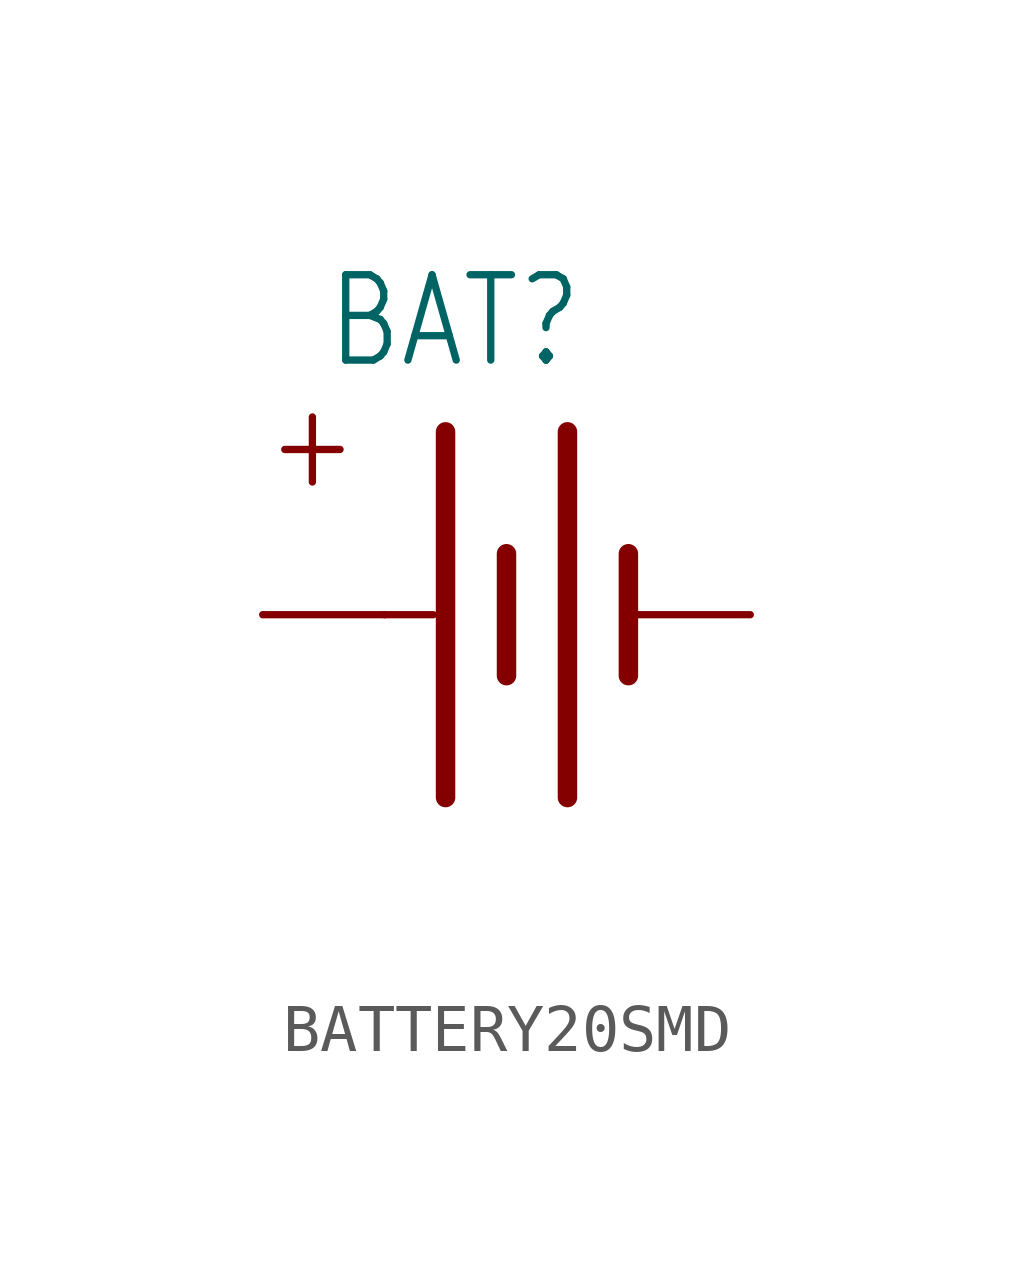
<source format=kicad_sym>
(kicad_symbol_lib
  (version 20241209)
  (generator "kicad_symbol_editor")
  (generator_version "9.0")
  (symbol "BATTERY20SMD"
    (property "Reference" "BAT"
      (at -3.81 5.08 0)
      (effects (font (size 1.778 1.511)) (justify left bottom)))
    (property "Value" ""
      (at -3.81 -6.35 0)
      (effects (font (size 1.778 1.511)) (justify left bottom)))
    (property "ki_locked" ""
      (at 0 0 0)
      (effects (font (size 1.27 1.27))))
    (symbol "BATTERY20SMD_1_0"
      (polyline (pts (xy -2.54 0) (xy -1.524 0)) (stroke (width 0.152) (type solid)) (fill (type none)))
      (polyline (pts (xy -1.27 3.81) (xy -1.27 -3.81)) (stroke (width 0.406) (type solid)) (fill (type none)))
      (polyline (pts (xy 0 1.27) (xy 0 -1.27)) (stroke (width 0.406) (type solid)) (fill (type none)))
      (polyline (pts (xy 1.27 3.81) (xy 1.27 -3.81)) (stroke (width 0.406) (type solid)) (fill (type none)))
      (polyline (pts (xy 2.54 1.27) (xy 2.54 -1.27)) (stroke (width 0.406) (type solid)) (fill (type none)))
      (text "+" (at -5.08 2.54 0) (effects (font (size 1.778 1.511)) (justify left bottom)))
      (pin power_in line (at -5.08 0 0) (length 2.54) (name "+" (effects (font (size 0 0)))) (number "1" (effects (font (size 0 0)))))
      (pin power_in line (at 5.08 0 180) (length 2.54) (name "-" (effects (font (size 0 0)))) (number "2" (effects (font (size 0 0))))))))
</source>
